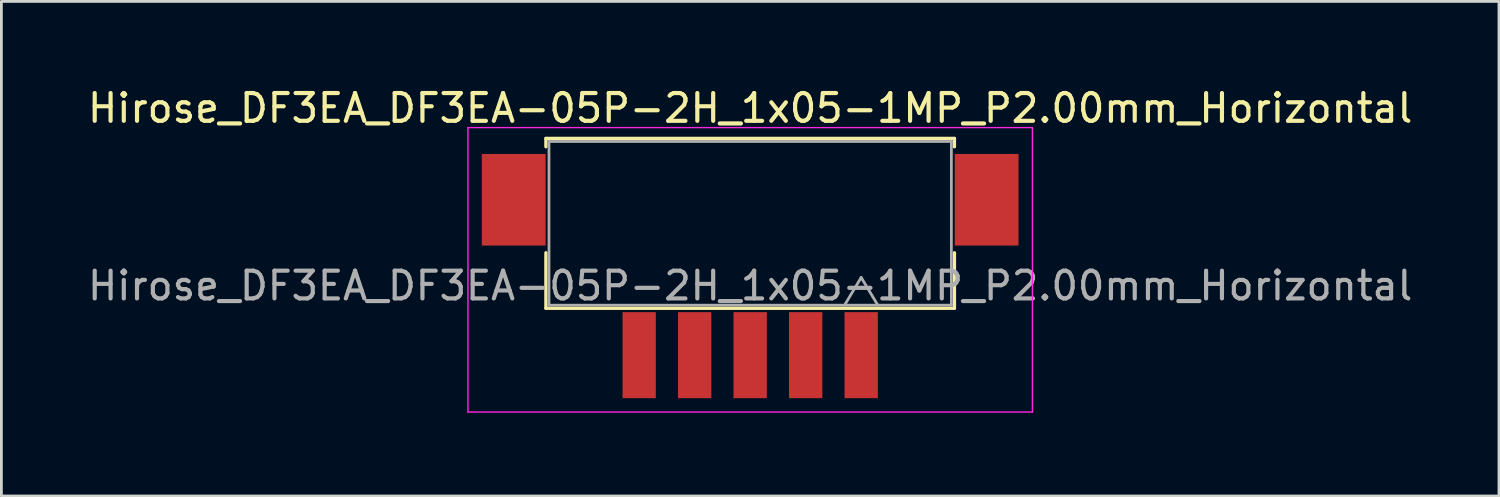
<source format=kicad_pcb>
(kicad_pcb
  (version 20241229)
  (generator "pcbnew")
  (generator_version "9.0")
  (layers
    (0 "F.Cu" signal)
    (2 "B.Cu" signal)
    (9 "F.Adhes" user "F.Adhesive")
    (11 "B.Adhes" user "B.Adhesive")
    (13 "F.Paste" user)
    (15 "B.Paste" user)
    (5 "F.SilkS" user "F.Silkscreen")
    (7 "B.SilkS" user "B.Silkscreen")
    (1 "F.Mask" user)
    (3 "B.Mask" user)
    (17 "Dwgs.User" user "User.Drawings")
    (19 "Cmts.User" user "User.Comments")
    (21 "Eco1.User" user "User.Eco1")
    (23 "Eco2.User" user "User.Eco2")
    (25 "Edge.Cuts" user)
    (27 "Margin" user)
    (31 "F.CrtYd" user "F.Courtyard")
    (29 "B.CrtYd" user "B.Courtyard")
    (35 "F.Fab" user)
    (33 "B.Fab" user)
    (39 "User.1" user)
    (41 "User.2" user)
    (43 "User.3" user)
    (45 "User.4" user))
  (footprint "Hirose_DF3EA_DF3EA-05P-2H_1x05-1MP_P2.00mm_Horizontal"
    (layer "F.Cu")
    (at 23.982 8.198)
    (property "Reference" "Hirose_DF3EA_DF3EA-05P-2H_1x05-1MP_P2.00mm_Horizontal" (at 0 -7.35 0) (layer "F.SilkS") (effects (font (size 1 1) (thickness 0.15))))
    (attr smd)
    (fp_line (start -7.36 -6.26) (end 7.36 -6.26) (stroke (width 0.12) (type solid)) (layer "F.SilkS"))
    (fp_line (start -7.36 -5.96) (end -7.36 -6.26) (stroke (width 0.12) (type solid)) (layer "F.SilkS"))
    (fp_line (start -7.36 -2.14) (end -7.36 -0.14) (stroke (width 0.12) (type solid)) (layer "F.SilkS"))
    (fp_line (start -7.36 -0.14) (end 7.36 -0.14) (stroke (width 0.12) (type solid)) (layer "F.SilkS"))
    (fp_line (start 7.36 -6.26) (end 7.36 -5.96) (stroke (width 0.12) (type solid)) (layer "F.SilkS"))
    (fp_line (start 7.36 -0.14) (end 7.36 -2.14) (stroke (width 0.12) (type solid)) (layer "F.SilkS"))
    (fp_line (start -10.17 -6.65) (end 10.17 -6.65) (stroke (width 0.05) (type solid)) (layer "F.CrtYd"))
    (fp_line (start -10.17 3.6) (end -10.17 -6.65) (stroke (width 0.05) (type solid)) (layer "F.CrtYd"))
    (fp_line (start 10.17 -6.65) (end 10.17 3.6) (stroke (width 0.05) (type solid)) (layer "F.CrtYd"))
    (fp_line (start 10.17 3.6) (end -10.17 3.6) (stroke (width 0.05) (type solid)) (layer "F.CrtYd"))
    (fp_line (start -7.25 -6.15) (end 7.25 -6.15) (stroke (width 0.1) (type solid)) (layer "F.Fab"))
    (fp_line (start -7.25 -0.25) (end -7.25 -6.15) (stroke (width 0.1) (type solid)) (layer "F.Fab"))
    (fp_line (start 3.4 -0.25) (end 4 -1.25) (stroke (width 0.1) (type solid)) (layer "F.Fab"))
    (fp_line (start 4 -1.25) (end 4.6 -0.25) (stroke (width 0.1) (type solid)) (layer "F.Fab"))
    (fp_line (start 7.25 -6.15) (end 7.25 -0.25) (stroke (width 0.1) (type solid)) (layer "F.Fab"))
    (fp_line (start 7.25 -0.25) (end -7.25 -0.25) (stroke (width 0.1) (type solid)) (layer "F.Fab"))
    (fp_text user "${REFERENCE}" (at 0 -0.95 0) (layer "F.Fab") (effects (font (size 1 1) (thickness 0.15))))
    (pad "" smd rect (at -8.52 -4.05) (size 2.3 3.3) (layers "F.Cu" "F.Mask" "F.Paste"))
    (pad "" smd rect (at 8.52 -4.05) (size 2.3 3.3) (layers "F.Cu" "F.Mask" "F.Paste"))
    (pad "1" smd rect (at 4 1.55) (size 1.2 3.1) (layers "F.Cu" "F.Mask" "F.Paste"))
    (pad "2" smd rect (at 2 1.55) (size 1.2 3.1) (layers "F.Cu" "F.Mask" "F.Paste"))
    (pad "3" smd rect (at 0 1.55) (size 1.2 3.1) (layers "F.Cu" "F.Mask" "F.Paste"))
    (pad "4" smd rect (at -2 1.55) (size 1.2 3.1) (layers "F.Cu" "F.Mask" "F.Paste"))
    (pad "5" smd rect (at -4 1.55) (size 1.2 3.1) (layers "F.Cu" "F.Mask" "F.Paste")))
  (gr_rect
    (start -3 -3)
    (end 50.964 14.823)
    (stroke (width 0.1) (type default))
    (fill no)
    (layer "Edge.Cuts")))
</source>
